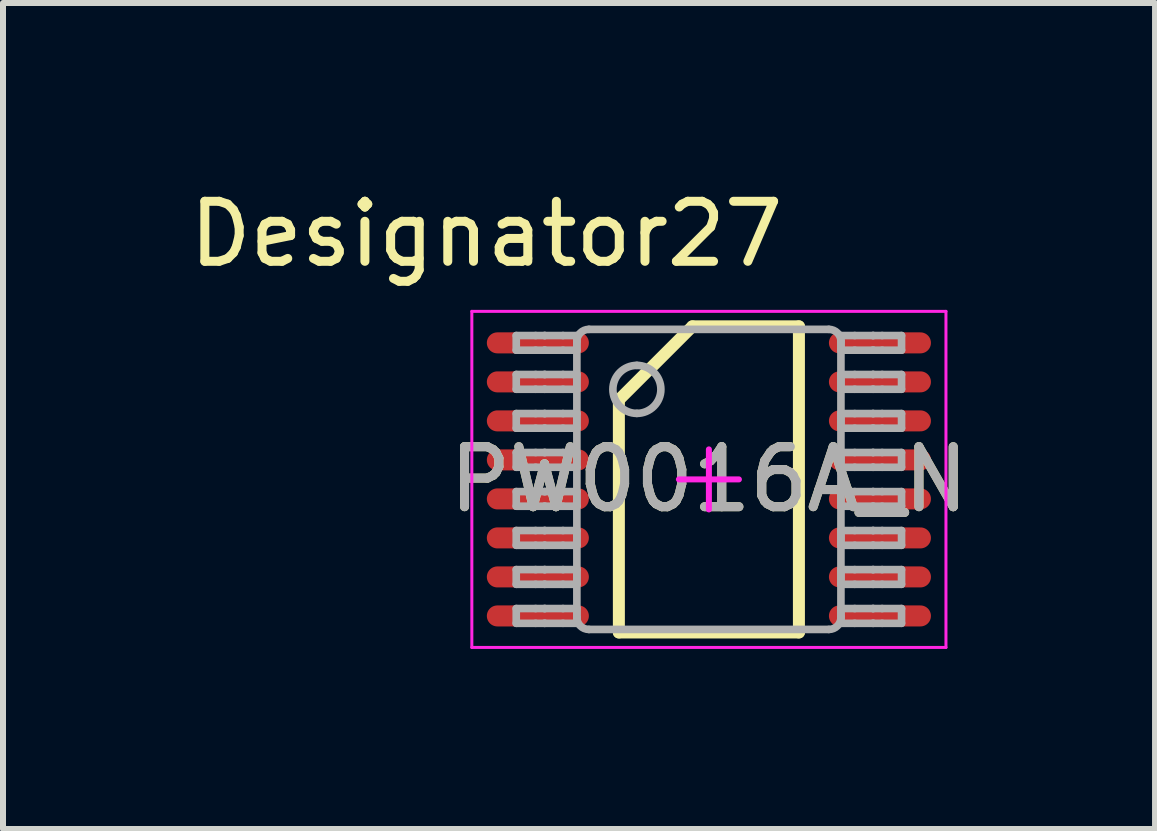
<source format=kicad_pcb>
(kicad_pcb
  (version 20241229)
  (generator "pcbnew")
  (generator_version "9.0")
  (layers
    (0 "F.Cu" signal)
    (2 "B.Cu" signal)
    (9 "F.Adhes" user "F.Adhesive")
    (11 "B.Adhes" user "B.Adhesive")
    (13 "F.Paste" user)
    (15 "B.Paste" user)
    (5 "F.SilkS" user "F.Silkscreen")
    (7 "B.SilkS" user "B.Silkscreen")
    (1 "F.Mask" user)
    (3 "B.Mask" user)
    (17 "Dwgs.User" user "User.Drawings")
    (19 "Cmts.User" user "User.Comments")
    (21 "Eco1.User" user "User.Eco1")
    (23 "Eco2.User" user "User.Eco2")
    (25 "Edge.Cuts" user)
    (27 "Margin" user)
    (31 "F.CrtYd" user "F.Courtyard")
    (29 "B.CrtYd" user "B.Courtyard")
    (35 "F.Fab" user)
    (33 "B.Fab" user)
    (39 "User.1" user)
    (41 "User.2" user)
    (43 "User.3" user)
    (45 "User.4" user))
  (footprint "PW0016A_N"
    (layer "F.Cu")
    (at 8.762 4.938)
    (property "Reference" "PW0016A_N" (at 0 0 0) (unlocked yes) (layer "F.SilkS") (effects (font (size 1 1) (thickness 0.15))))
    (attr smd)
    (fp_line (start -1.5 -1.325) (end -0.275 -2.55) (stroke (width 0.2) (type solid)) (layer "F.SilkS"))
    (fp_line (start -1.5 2.55) (end -1.5 -1.325) (stroke (width 0.2) (type solid)) (layer "F.SilkS"))
    (fp_line (start -1.5 2.55) (end 1.5 2.55) (stroke (width 0.2) (type solid)) (layer "F.SilkS"))
    (fp_line (start -0.275 -2.55) (end 1.5 -2.55) (stroke (width 0.2) (type solid)) (layer "F.SilkS"))
    (fp_line (start 1.5 2.55) (end 1.5 -2.55) (stroke (width 0.2) (type solid)) (layer "F.SilkS"))
    (fp_line (start -3.95 -2.8) (end 3.95 -2.8) (stroke (width 0.05) (type solid)) (layer "F.CrtYd"))
    (fp_line (start -3.95 2.8) (end -3.95 -2.8) (stroke (width 0.05) (type solid)) (layer "F.CrtYd"))
    (fp_line (start -3.95 2.8) (end 3.95 2.8) (stroke (width 0.05) (type solid)) (layer "F.CrtYd"))
    (fp_line (start -0.5 -0.000003) (end 0.5 -0.000003) (stroke (width 0.1) (type solid)) (layer "F.CrtYd"))
    (fp_line (start 0 0.5) (end 0 -0.5) (stroke (width 0.1) (type solid)) (layer "F.CrtYd"))
    (fp_line (start 3.95 2.8) (end 3.95 -2.8) (stroke (width 0.05) (type solid)) (layer "F.CrtYd"))
    (fp_line (start -3.21 -2.397) (end -2.887 -2.397) (stroke (width 0.127) (type solid)) (layer "F.Fab"))
    (fp_line (start -3.21 -2.153) (end -3.21 -2.397) (stroke (width 0.127) (type solid)) (layer "F.Fab"))
    (fp_line (start -3.21 -2.153) (end -2.887 -2.153) (stroke (width 0.127) (type solid)) (layer "F.Fab"))
    (fp_line (start -3.21 -1.748) (end -2.887 -1.748) (stroke (width 0.127) (type solid)) (layer "F.Fab"))
    (fp_line (start -3.21 -1.502) (end -3.21 -1.748) (stroke (width 0.127) (type solid)) (layer "F.Fab"))
    (fp_line (start -3.21 -1.502) (end -2.887 -1.502) (stroke (width 0.127) (type solid)) (layer "F.Fab"))
    (fp_line (start -3.21 -1.097) (end -2.887 -1.097) (stroke (width 0.127) (type solid)) (layer "F.Fab"))
    (fp_line (start -3.21 -0.853) (end -3.21 -1.097) (stroke (width 0.127) (type solid)) (layer "F.Fab"))
    (fp_line (start -3.21 -0.853) (end -2.887 -0.853) (stroke (width 0.127) (type solid)) (layer "F.Fab"))
    (fp_line (start -3.21 -0.448) (end -2.887 -0.448) (stroke (width 0.127) (type solid)) (layer "F.Fab"))
    (fp_line (start -3.21 -0.202) (end -3.21 -0.448) (stroke (width 0.127) (type solid)) (layer "F.Fab"))
    (fp_line (start -3.21 -0.202) (end -2.887 -0.202) (stroke (width 0.127) (type solid)) (layer "F.Fab"))
    (fp_line (start -3.21 0.203) (end -2.887 0.203) (stroke (width 0.127) (type solid)) (layer "F.Fab"))
    (fp_line (start -3.21 0.447) (end -3.21 0.203) (stroke (width 0.127) (type solid)) (layer "F.Fab"))
    (fp_line (start -3.21 0.447) (end -2.887 0.447) (stroke (width 0.127) (type solid)) (layer "F.Fab"))
    (fp_line (start -3.21 0.852) (end -2.887 0.852) (stroke (width 0.127) (type solid)) (layer "F.Fab"))
    (fp_line (start -3.21 1.098) (end -3.21 0.852) (stroke (width 0.127) (type solid)) (layer "F.Fab"))
    (fp_line (start -3.21 1.098) (end -2.887 1.098) (stroke (width 0.127) (type solid)) (layer "F.Fab"))
    (fp_line (start -3.21 1.503) (end -2.887 1.503) (stroke (width 0.127) (type solid)) (layer "F.Fab"))
    (fp_line (start -3.21 1.748) (end -3.21 1.503) (stroke (width 0.127) (type solid)) (layer "F.Fab"))
    (fp_line (start -3.21 1.748) (end -2.887 1.748) (stroke (width 0.127) (type solid)) (layer "F.Fab"))
    (fp_line (start -3.21 2.152) (end -2.887 2.152) (stroke (width 0.127) (type solid)) (layer "F.Fab"))
    (fp_line (start -3.21 2.398) (end -3.21 2.152) (stroke (width 0.127) (type solid)) (layer "F.Fab"))
    (fp_line (start -3.21 2.398) (end -2.887 2.398) (stroke (width 0.127) (type solid)) (layer "F.Fab"))
    (fp_line (start -2.887 -2.397) (end -2.739 -2.397) (stroke (width 0.127) (type solid)) (layer "F.Fab"))
    (fp_line (start -2.887 -2.153) (end -2.739 -2.153) (stroke (width 0.127) (type solid)) (layer "F.Fab"))
    (fp_line (start -2.887 -1.748) (end -2.739 -1.748) (stroke (width 0.127) (type solid)) (layer "F.Fab"))
    (fp_line (start -2.887 -1.502) (end -2.739 -1.502) (stroke (width 0.127) (type solid)) (layer "F.Fab"))
    (fp_line (start -2.887 -1.097) (end -2.739 -1.097) (stroke (width 0.127) (type solid)) (layer "F.Fab"))
    (fp_line (start -2.887 -0.853) (end -2.739 -0.853) (stroke (width 0.127) (type solid)) (layer "F.Fab"))
    (fp_line (start -2.887 -0.448) (end -2.739 -0.448) (stroke (width 0.127) (type solid)) (layer "F.Fab"))
    (fp_line (start -2.887 -0.202) (end -2.739 -0.202) (stroke (width 0.127) (type solid)) (layer "F.Fab"))
    (fp_line (start -2.887 0.203) (end -2.739 0.203) (stroke (width 0.127) (type solid)) (layer "F.Fab"))
    (fp_line (start -2.887 0.447) (end -2.739 0.447) (stroke (width 0.127) (type solid)) (layer "F.Fab"))
    (fp_line (start -2.887 0.852) (end -2.739 0.852) (stroke (width 0.127) (type solid)) (layer "F.Fab"))
    (fp_line (start -2.887 1.098) (end -2.739 1.098) (stroke (width 0.127) (type solid)) (layer "F.Fab"))
    (fp_line (start -2.887 1.503) (end -2.739 1.503) (stroke (width 0.127) (type solid)) (layer "F.Fab"))
    (fp_line (start -2.887 1.748) (end -2.739 1.748) (stroke (width 0.127) (type solid)) (layer "F.Fab"))
    (fp_line (start -2.887 2.152) (end -2.739 2.152) (stroke (width 0.127) (type solid)) (layer "F.Fab"))
    (fp_line (start -2.887 2.398) (end -2.739 2.398) (stroke (width 0.127) (type solid)) (layer "F.Fab"))
    (fp_line (start -2.739 -2.397) (end -2.733 -2.397) (stroke (width 0.127) (type solid)) (layer "F.Fab"))
    (fp_line (start -2.739 -2.153) (end -2.733 -2.153) (stroke (width 0.127) (type solid)) (layer "F.Fab"))
    (fp_line (start -2.739 -1.748) (end -2.733 -1.748) (stroke (width 0.127) (type solid)) (layer "F.Fab"))
    (fp_line (start -2.739 -1.502) (end -2.733 -1.502) (stroke (width 0.127) (type solid)) (layer "F.Fab"))
    (fp_line (start -2.739 -1.097) (end -2.733 -1.097) (stroke (width 0.127) (type solid)) (layer "F.Fab"))
    (fp_line (start -2.739 -0.853) (end -2.733 -0.853) (stroke (width 0.127) (type solid)) (layer "F.Fab"))
    (fp_line (start -2.739 -0.448) (end -2.733 -0.448) (stroke (width 0.127) (type solid)) (layer "F.Fab"))
    (fp_line (start -2.739 -0.202) (end -2.733 -0.202) (stroke (width 0.127) (type solid)) (layer "F.Fab"))
    (fp_line (start -2.739 0.203) (end -2.733 0.203) (stroke (width 0.127) (type solid)) (layer "F.Fab"))
    (fp_line (start -2.739 0.447) (end -2.733 0.447) (stroke (width 0.127) (type solid)) (layer "F.Fab"))
    (fp_line (start -2.739 0.852) (end -2.733 0.852) (stroke (width 0.127) (type solid)) (layer "F.Fab"))
    (fp_line (start -2.739 1.098) (end -2.733 1.098) (stroke (width 0.127) (type solid)) (layer "F.Fab"))
    (fp_line (start -2.739 1.503) (end -2.733 1.503) (stroke (width 0.127) (type solid)) (layer "F.Fab"))
    (fp_line (start -2.739 1.748) (end -2.733 1.748) (stroke (width 0.127) (type solid)) (layer "F.Fab"))
    (fp_line (start -2.739 2.152) (end -2.733 2.152) (stroke (width 0.127) (type solid)) (layer "F.Fab"))
    (fp_line (start -2.739 2.398) (end -2.733 2.398) (stroke (width 0.127) (type solid)) (layer "F.Fab"))
    (fp_line (start -2.733 -2.397) (end -2.431 -2.397) (stroke (width 0.127) (type solid)) (layer "F.Fab"))
    (fp_line (start -2.733 -2.153) (end -2.431 -2.153) (stroke (width 0.127) (type solid)) (layer "F.Fab"))
    (fp_line (start -2.733 -1.748) (end -2.431 -1.748) (stroke (width 0.127) (type solid)) (layer "F.Fab"))
    (fp_line (start -2.733 -1.502) (end -2.431 -1.502) (stroke (width 0.127) (type solid)) (layer "F.Fab"))
    (fp_line (start -2.733 -1.097) (end -2.431 -1.097) (stroke (width 0.127) (type solid)) (layer "F.Fab"))
    (fp_line (start -2.733 -0.853) (end -2.431 -0.853) (stroke (width 0.127) (type solid)) (layer "F.Fab"))
    (fp_line (start -2.733 -0.448) (end -2.431 -0.448) (stroke (width 0.127) (type solid)) (layer "F.Fab"))
    (fp_line (start -2.733 -0.202) (end -2.431 -0.202) (stroke (width 0.127) (type solid)) (layer "F.Fab"))
    (fp_line (start -2.733 0.203) (end -2.431 0.203) (stroke (width 0.127) (type solid)) (layer "F.Fab"))
    (fp_line (start -2.733 0.447) (end -2.431 0.447) (stroke (width 0.127) (type solid)) (layer "F.Fab"))
    (fp_line (start -2.733 0.852) (end -2.431 0.852) (stroke (width 0.127) (type solid)) (layer "F.Fab"))
    (fp_line (start -2.733 1.098) (end -2.431 1.098) (stroke (width 0.127) (type solid)) (layer "F.Fab"))
    (fp_line (start -2.733 1.503) (end -2.431 1.503) (stroke (width 0.127) (type solid)) (layer "F.Fab"))
    (fp_line (start -2.733 1.748) (end -2.431 1.748) (stroke (width 0.127) (type solid)) (layer "F.Fab"))
    (fp_line (start -2.733 2.152) (end -2.431 2.152) (stroke (width 0.127) (type solid)) (layer "F.Fab"))
    (fp_line (start -2.733 2.398) (end -2.431 2.398) (stroke (width 0.127) (type solid)) (layer "F.Fab"))
    (fp_line (start -2.431 -2.397) (end -2.2 -2.397) (stroke (width 0.127) (type solid)) (layer "F.Fab"))
    (fp_line (start -2.431 -2.153) (end -2.2 -2.153) (stroke (width 0.127) (type solid)) (layer "F.Fab"))
    (fp_line (start -2.431 -1.748) (end -2.2 -1.748) (stroke (width 0.127) (type solid)) (layer "F.Fab"))
    (fp_line (start -2.431 -1.502) (end -2.2 -1.502) (stroke (width 0.127) (type solid)) (layer "F.Fab"))
    (fp_line (start -2.431 -1.097) (end -2.2 -1.097) (stroke (width 0.127) (type solid)) (layer "F.Fab"))
    (fp_line (start -2.431 -0.853) (end -2.2 -0.853) (stroke (width 0.127) (type solid)) (layer "F.Fab"))
    (fp_line (start -2.431 -0.448) (end -2.2 -0.448) (stroke (width 0.127) (type solid)) (layer "F.Fab"))
    (fp_line (start -2.431 -0.202) (end -2.2 -0.202) (stroke (width 0.127) (type solid)) (layer "F.Fab"))
    (fp_line (start -2.431 0.203) (end -2.2 0.203) (stroke (width 0.127) (type solid)) (layer "F.Fab"))
    (fp_line (start -2.431 0.447) (end -2.2 0.447) (stroke (width 0.127) (type solid)) (layer "F.Fab"))
    (fp_line (start -2.431 0.852) (end -2.2 0.852) (stroke (width 0.127) (type solid)) (layer "F.Fab"))
    (fp_line (start -2.431 1.098) (end -2.2 1.098) (stroke (width 0.127) (type solid)) (layer "F.Fab"))
    (fp_line (start -2.431 1.503) (end -2.2 1.503) (stroke (width 0.127) (type solid)) (layer "F.Fab"))
    (fp_line (start -2.431 1.748) (end -2.2 1.748) (stroke (width 0.127) (type solid)) (layer "F.Fab"))
    (fp_line (start -2.431 2.152) (end -2.2 2.152) (stroke (width 0.127) (type solid)) (layer "F.Fab"))
    (fp_line (start -2.431 2.398) (end -2.2 2.398) (stroke (width 0.127) (type solid)) (layer "F.Fab"))
    (fp_line (start -2.2 -2.153) (end -2.2 -2.397) (stroke (width 0.127) (type solid)) (layer "F.Fab"))
    (fp_line (start -2.2 -1.502) (end -2.2 -1.748) (stroke (width 0.127) (type solid)) (layer "F.Fab"))
    (fp_line (start -2.2 -0.853) (end -2.2 -1.097) (stroke (width 0.127) (type solid)) (layer "F.Fab"))
    (fp_line (start -2.2 -0.202) (end -2.2 -0.448) (stroke (width 0.127) (type solid)) (layer "F.Fab"))
    (fp_line (start -2.2 0.447) (end -2.2 0.203) (stroke (width 0.127) (type solid)) (layer "F.Fab"))
    (fp_line (start -2.2 1.098) (end -2.2 0.852) (stroke (width 0.127) (type solid)) (layer "F.Fab"))
    (fp_line (start -2.2 1.748) (end -2.2 1.503) (stroke (width 0.127) (type solid)) (layer "F.Fab"))
    (fp_line (start -2.2 2.3) (end -2.2 -2.3) (stroke (width 0.127) (type solid)) (layer "F.Fab"))
    (fp_line (start -2.2 2.398) (end -2.2 2.152) (stroke (width 0.127) (type solid)) (layer "F.Fab"))
    (fp_line (start -2 -2.5) (end 2 -2.5) (stroke (width 0.127) (type solid)) (layer "F.Fab"))
    (fp_line (start -2 2.5) (end 2 2.5) (stroke (width 0.127) (type solid)) (layer "F.Fab"))
    (fp_line (start 2.2 -2.397) (end 2.43 -2.397) (stroke (width 0.127) (type solid)) (layer "F.Fab"))
    (fp_line (start 2.2 -2.153) (end 2.2 -2.397) (stroke (width 0.127) (type solid)) (layer "F.Fab"))
    (fp_line (start 2.2 -2.153) (end 2.43 -2.153) (stroke (width 0.127) (type solid)) (layer "F.Fab"))
    (fp_line (start 2.2 -1.748) (end 2.43 -1.748) (stroke (width 0.127) (type solid)) (layer "F.Fab"))
    (fp_line (start 2.2 -1.502) (end 2.2 -1.748) (stroke (width 0.127) (type solid)) (layer "F.Fab"))
    (fp_line (start 2.2 -1.502) (end 2.43 -1.502) (stroke (width 0.127) (type solid)) (layer "F.Fab"))
    (fp_line (start 2.2 -1.097) (end 2.43 -1.097) (stroke (width 0.127) (type solid)) (layer "F.Fab"))
    (fp_line (start 2.2 -0.853) (end 2.2 -1.097) (stroke (width 0.127) (type solid)) (layer "F.Fab"))
    (fp_line (start 2.2 -0.853) (end 2.43 -0.853) (stroke (width 0.127) (type solid)) (layer "F.Fab"))
    (fp_line (start 2.2 -0.448) (end 2.43 -0.448) (stroke (width 0.127) (type solid)) (layer "F.Fab"))
    (fp_line (start 2.2 -0.202) (end 2.2 -0.448) (stroke (width 0.127) (type solid)) (layer "F.Fab"))
    (fp_line (start 2.2 -0.202) (end 2.43 -0.202) (stroke (width 0.127) (type solid)) (layer "F.Fab"))
    (fp_line (start 2.2 0.203) (end 2.43 0.203) (stroke (width 0.127) (type solid)) (layer "F.Fab"))
    (fp_line (start 2.2 0.447) (end 2.2 0.203) (stroke (width 0.127) (type solid)) (layer "F.Fab"))
    (fp_line (start 2.2 0.447) (end 2.43 0.447) (stroke (width 0.127) (type solid)) (layer "F.Fab"))
    (fp_line (start 2.2 0.852) (end 2.43 0.852) (stroke (width 0.127) (type solid)) (layer "F.Fab"))
    (fp_line (start 2.2 1.098) (end 2.2 0.852) (stroke (width 0.127) (type solid)) (layer "F.Fab"))
    (fp_line (start 2.2 1.098) (end 2.43 1.098) (stroke (width 0.127) (type solid)) (layer "F.Fab"))
    (fp_line (start 2.2 1.503) (end 2.43 1.503) (stroke (width 0.127) (type solid)) (layer "F.Fab"))
    (fp_line (start 2.2 1.748) (end 2.2 1.503) (stroke (width 0.127) (type solid)) (layer "F.Fab"))
    (fp_line (start 2.2 1.748) (end 2.43 1.748) (stroke (width 0.127) (type solid)) (layer "F.Fab"))
    (fp_line (start 2.2 2.152) (end 2.43 2.152) (stroke (width 0.127) (type solid)) (layer "F.Fab"))
    (fp_line (start 2.2 2.3) (end 2.2 -2.3) (stroke (width 0.127) (type solid)) (layer "F.Fab"))
    (fp_line (start 2.2 2.398) (end 2.2 2.152) (stroke (width 0.127) (type solid)) (layer "F.Fab"))
    (fp_line (start 2.2 2.398) (end 2.43 2.398) (stroke (width 0.127) (type solid)) (layer "F.Fab"))
    (fp_line (start 2.43 -2.397) (end 2.733 -2.397) (stroke (width 0.127) (type solid)) (layer "F.Fab"))
    (fp_line (start 2.43 -2.153) (end 2.733 -2.153) (stroke (width 0.127) (type solid)) (layer "F.Fab"))
    (fp_line (start 2.43 -1.748) (end 2.733 -1.748) (stroke (width 0.127) (type solid)) (layer "F.Fab"))
    (fp_line (start 2.43 -1.502) (end 2.733 -1.502) (stroke (width 0.127) (type solid)) (layer "F.Fab"))
    (fp_line (start 2.43 -1.097) (end 2.733 -1.097) (stroke (width 0.127) (type solid)) (layer "F.Fab"))
    (fp_line (start 2.43 -0.853) (end 2.733 -0.853) (stroke (width 0.127) (type solid)) (layer "F.Fab"))
    (fp_line (start 2.43 -0.448) (end 2.733 -0.448) (stroke (width 0.127) (type solid)) (layer "F.Fab"))
    (fp_line (start 2.43 -0.202) (end 2.733 -0.202) (stroke (width 0.127) (type solid)) (layer "F.Fab"))
    (fp_line (start 2.43 0.203) (end 2.733 0.203) (stroke (width 0.127) (type solid)) (layer "F.Fab"))
    (fp_line (start 2.43 0.447) (end 2.733 0.447) (stroke (width 0.127) (type solid)) (layer "F.Fab"))
    (fp_line (start 2.43 0.852) (end 2.733 0.852) (stroke (width 0.127) (type solid)) (layer "F.Fab"))
    (fp_line (start 2.43 1.098) (end 2.733 1.098) (stroke (width 0.127) (type solid)) (layer "F.Fab"))
    (fp_line (start 2.43 1.503) (end 2.733 1.503) (stroke (width 0.127) (type solid)) (layer "F.Fab"))
    (fp_line (start 2.43 1.748) (end 2.733 1.748) (stroke (width 0.127) (type solid)) (layer "F.Fab"))
    (fp_line (start 2.43 2.152) (end 2.733 2.152) (stroke (width 0.127) (type solid)) (layer "F.Fab"))
    (fp_line (start 2.43 2.398) (end 2.733 2.398) (stroke (width 0.127) (type solid)) (layer "F.Fab"))
    (fp_line (start 2.733 -2.397) (end 2.739 -2.397) (stroke (width 0.127) (type solid)) (layer "F.Fab"))
    (fp_line (start 2.733 -2.153) (end 2.739 -2.153) (stroke (width 0.127) (type solid)) (layer "F.Fab"))
    (fp_line (start 2.733 -1.748) (end 2.739 -1.748) (stroke (width 0.127) (type solid)) (layer "F.Fab"))
    (fp_line (start 2.733 -1.502) (end 2.739 -1.502) (stroke (width 0.127) (type solid)) (layer "F.Fab"))
    (fp_line (start 2.733 -1.097) (end 2.739 -1.097) (stroke (width 0.127) (type solid)) (layer "F.Fab"))
    (fp_line (start 2.733 -0.853) (end 2.739 -0.853) (stroke (width 0.127) (type solid)) (layer "F.Fab"))
    (fp_line (start 2.733 -0.448) (end 2.739 -0.448) (stroke (width 0.127) (type solid)) (layer "F.Fab"))
    (fp_line (start 2.733 -0.202) (end 2.739 -0.202) (stroke (width 0.127) (type solid)) (layer "F.Fab"))
    (fp_line (start 2.733 0.203) (end 2.739 0.203) (stroke (width 0.127) (type solid)) (layer "F.Fab"))
    (fp_line (start 2.733 0.447) (end 2.739 0.447) (stroke (width 0.127) (type solid)) (layer "F.Fab"))
    (fp_line (start 2.733 0.852) (end 2.739 0.852) (stroke (width 0.127) (type solid)) (layer "F.Fab"))
    (fp_line (start 2.733 1.098) (end 2.739 1.098) (stroke (width 0.127) (type solid)) (layer "F.Fab"))
    (fp_line (start 2.733 1.503) (end 2.739 1.503) (stroke (width 0.127) (type solid)) (layer "F.Fab"))
    (fp_line (start 2.733 1.748) (end 2.739 1.748) (stroke (width 0.127) (type solid)) (layer "F.Fab"))
    (fp_line (start 2.733 2.152) (end 2.739 2.152) (stroke (width 0.127) (type solid)) (layer "F.Fab"))
    (fp_line (start 2.733 2.398) (end 2.739 2.398) (stroke (width 0.127) (type solid)) (layer "F.Fab"))
    (fp_line (start 2.739 -2.397) (end 2.887 -2.397) (stroke (width 0.127) (type solid)) (layer "F.Fab"))
    (fp_line (start 2.739 -2.153) (end 2.887 -2.153) (stroke (width 0.127) (type solid)) (layer "F.Fab"))
    (fp_line (start 2.739 -1.748) (end 2.887 -1.748) (stroke (width 0.127) (type solid)) (layer "F.Fab"))
    (fp_line (start 2.739 -1.502) (end 2.887 -1.502) (stroke (width 0.127) (type solid)) (layer "F.Fab"))
    (fp_line (start 2.739 -1.097) (end 2.887 -1.097) (stroke (width 0.127) (type solid)) (layer "F.Fab"))
    (fp_line (start 2.739 -0.853) (end 2.887 -0.853) (stroke (width 0.127) (type solid)) (layer "F.Fab"))
    (fp_line (start 2.739 -0.448) (end 2.887 -0.448) (stroke (width 0.127) (type solid)) (layer "F.Fab"))
    (fp_line (start 2.739 -0.202) (end 2.887 -0.202) (stroke (width 0.127) (type solid)) (layer "F.Fab"))
    (fp_line (start 2.739 0.203) (end 2.887 0.203) (stroke (width 0.127) (type solid)) (layer "F.Fab"))
    (fp_line (start 2.739 0.447) (end 2.887 0.447) (stroke (width 0.127) (type solid)) (layer "F.Fab"))
    (fp_line (start 2.739 0.852) (end 2.887 0.852) (stroke (width 0.127) (type solid)) (layer "F.Fab"))
    (fp_line (start 2.739 1.098) (end 2.887 1.098) (stroke (width 0.127) (type solid)) (layer "F.Fab"))
    (fp_line (start 2.739 1.503) (end 2.887 1.503) (stroke (width 0.127) (type solid)) (layer "F.Fab"))
    (fp_line (start 2.739 1.748) (end 2.887 1.748) (stroke (width 0.127) (type solid)) (layer "F.Fab"))
    (fp_line (start 2.739 2.152) (end 2.887 2.152) (stroke (width 0.127) (type solid)) (layer "F.Fab"))
    (fp_line (start 2.739 2.398) (end 2.887 2.398) (stroke (width 0.127) (type solid)) (layer "F.Fab"))
    (fp_line (start 2.887 -2.397) (end 3.21 -2.397) (stroke (width 0.127) (type solid)) (layer "F.Fab"))
    (fp_line (start 2.887 -2.153) (end 3.21 -2.153) (stroke (width 0.127) (type solid)) (layer "F.Fab"))
    (fp_line (start 2.887 -1.748) (end 3.21 -1.748) (stroke (width 0.127) (type solid)) (layer "F.Fab"))
    (fp_line (start 2.887 -1.502) (end 3.21 -1.502) (stroke (width 0.127) (type solid)) (layer "F.Fab"))
    (fp_line (start 2.887 -1.097) (end 3.21 -1.097) (stroke (width 0.127) (type solid)) (layer "F.Fab"))
    (fp_line (start 2.887 -0.853) (end 3.21 -0.853) (stroke (width 0.127) (type solid)) (layer "F.Fab"))
    (fp_line (start 2.887 -0.448) (end 3.21 -0.448) (stroke (width 0.127) (type solid)) (layer "F.Fab"))
    (fp_line (start 2.887 -0.202) (end 3.21 -0.202) (stroke (width 0.127) (type solid)) (layer "F.Fab"))
    (fp_line (start 2.887 0.203) (end 3.21 0.203) (stroke (width 0.127) (type solid)) (layer "F.Fab"))
    (fp_line (start 2.887 0.447) (end 3.21 0.447) (stroke (width 0.127) (type solid)) (layer "F.Fab"))
    (fp_line (start 2.887 0.852) (end 3.21 0.852) (stroke (width 0.127) (type solid)) (layer "F.Fab"))
    (fp_line (start 2.887 1.098) (end 3.21 1.098) (stroke (width 0.127) (type solid)) (layer "F.Fab"))
    (fp_line (start 2.887 1.503) (end 3.21 1.503) (stroke (width 0.127) (type solid)) (layer "F.Fab"))
    (fp_line (start 2.887 1.748) (end 3.21 1.748) (stroke (width 0.127) (type solid)) (layer "F.Fab"))
    (fp_line (start 2.887 2.152) (end 3.21 2.152) (stroke (width 0.127) (type solid)) (layer "F.Fab"))
    (fp_line (start 2.887 2.398) (end 3.21 2.398) (stroke (width 0.127) (type solid)) (layer "F.Fab"))
    (fp_line (start 3.21 -2.153) (end 3.21 -2.397) (stroke (width 0.127) (type solid)) (layer "F.Fab"))
    (fp_line (start 3.21 -1.502) (end 3.21 -1.748) (stroke (width 0.127) (type solid)) (layer "F.Fab"))
    (fp_line (start 3.21 -0.853) (end 3.21 -1.097) (stroke (width 0.127) (type solid)) (layer "F.Fab"))
    (fp_line (start 3.21 -0.202) (end 3.21 -0.448) (stroke (width 0.127) (type solid)) (layer "F.Fab"))
    (fp_line (start 3.21 0.447) (end 3.21 0.203) (stroke (width 0.127) (type solid)) (layer "F.Fab"))
    (fp_line (start 3.21 1.098) (end 3.21 0.852) (stroke (width 0.127) (type solid)) (layer "F.Fab"))
    (fp_line (start 3.21 1.748) (end 3.21 1.503) (stroke (width 0.127) (type solid)) (layer "F.Fab"))
    (fp_line (start 3.21 2.398) (end 3.21 2.152) (stroke (width 0.127) (type solid)) (layer "F.Fab"))
    (fp_arc (start -2.200001 -2.3) (mid -2.141422 -2.441421) (end -2.000001 -2.5) (stroke (width 0.127) (type solid)) (layer "F.Fab"))
    (fp_arc (start -2.000001 2.500015) (mid -2.141422 2.441437) (end -2.200001 2.300016) (stroke (width 0.127) (type solid)) (layer "F.Fab"))
    (fp_arc (start -1.200003 -1.900001) (mid -0.800003 -1.500002) (end -1.200003 -1.100003) (stroke (width 0.127) (type solid)) (layer "F.Fab"))
    (fp_arc (start -1.200003 -1.100003) (mid -1.600002 -1.500002) (end -1.200003 -1.900001) (stroke (width 0.127) (type solid)) (layer "F.Fab"))
    (fp_arc (start 1.999991 -2.5) (mid 2.141412 -2.441422) (end 2.199991 -2.3) (stroke (width 0.127) (type solid)) (layer "F.Fab"))
    (fp_arc (start 2.199991 2.300016) (mid 2.141412 2.441437) (end 1.999991 2.500015) (stroke (width 0.127) (type solid)) (layer "F.Fab"))
    (fp_text user "Designator27" (at -3.708 -4.089 0) (unlocked yes) (layer "F.SilkS") (effects (font (size 1 1) (thickness 0.15))))
    (fp_text user "${REFERENCE}" (at 0 0 0) (unlocked yes) (layer "F.Fab") (effects (font (size 1 1) (thickness 0.15))))
    (pad "1" smd oval (at -2.85 -2.275 90) (size 0.35 1.7) (layers "F.Cu" "F.Mask" "F.Paste"))
    (pad "2" smd oval (at -2.85 -1.625 90) (size 0.35 1.7) (layers "F.Cu" "F.Mask" "F.Paste"))
    (pad "3" smd oval (at -2.85 -0.975 90) (size 0.35 1.7) (layers "F.Cu" "F.Mask" "F.Paste"))
    (pad "4" smd oval (at -2.85 -0.325 90) (size 0.35 1.7) (layers "F.Cu" "F.Mask" "F.Paste"))
    (pad "5" smd oval (at -2.85 0.325 90) (size 0.35 1.7) (layers "F.Cu" "F.Mask" "F.Paste"))
    (pad "6" smd oval (at -2.85 0.975 90) (size 0.35 1.7) (layers "F.Cu" "F.Mask" "F.Paste"))
    (pad "7" smd oval (at -2.85 1.625 90) (size 0.35 1.7) (layers "F.Cu" "F.Mask" "F.Paste"))
    (pad "8" smd oval (at -2.85 2.275 90) (size 0.35 1.7) (layers "F.Cu" "F.Mask" "F.Paste"))
    (pad "9" smd oval (at 2.85 2.275 90) (size 0.35 1.7) (layers "F.Cu" "F.Mask" "F.Paste"))
    (pad "10" smd oval (at 2.85 1.625 90) (size 0.35 1.7) (layers "F.Cu" "F.Mask" "F.Paste"))
    (pad "11" smd oval (at 2.85 0.975 90) (size 0.35 1.7) (layers "F.Cu" "F.Mask" "F.Paste"))
    (pad "12" smd oval (at 2.85 0.325 90) (size 0.35 1.7) (layers "F.Cu" "F.Mask" "F.Paste"))
    (pad "13" smd oval (at 2.85 -0.325 90) (size 0.35 1.7) (layers "F.Cu" "F.Mask" "F.Paste"))
    (pad "14" smd oval (at 2.85 -0.975 90) (size 0.35 1.7) (layers "F.Cu" "F.Mask" "F.Paste"))
    (pad "15" smd oval (at 2.85 -1.625 90) (size 0.35 1.7) (layers "F.Cu" "F.Mask" "F.Paste"))
    (pad "16" smd oval (at 2.85 -2.275 90) (size 0.35 1.7) (layers "F.Cu" "F.Mask" "F.Paste")))
  (gr_rect
    (start -3 -3)
    (end 16.196 10.763)
    (stroke (width 0.1) (type default))
    (fill no)
    (layer "Edge.Cuts")))
</source>
